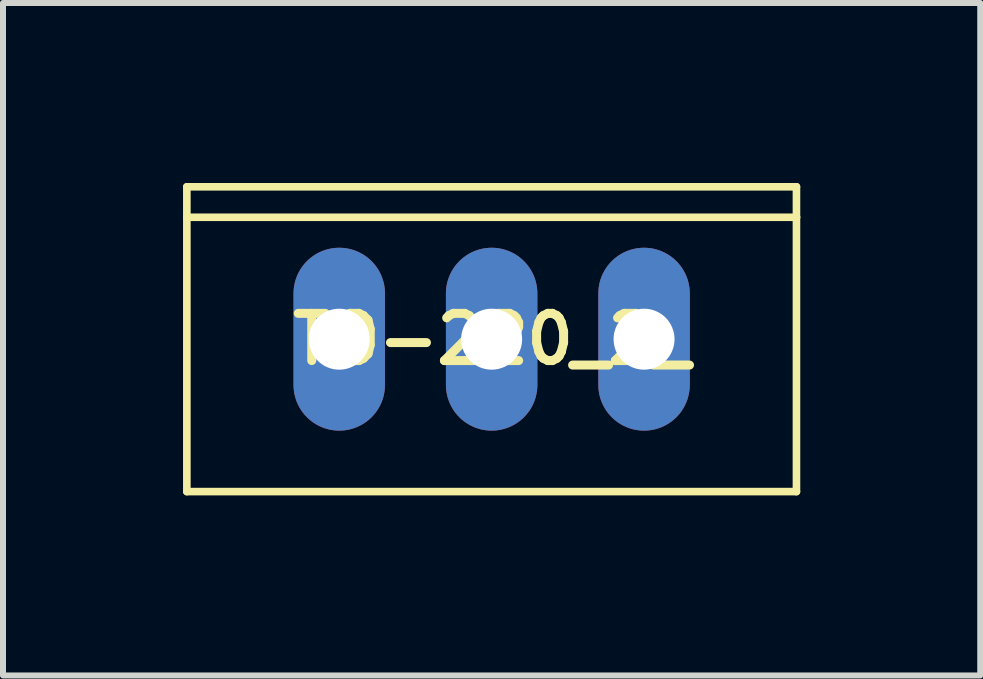
<source format=kicad_pcb>
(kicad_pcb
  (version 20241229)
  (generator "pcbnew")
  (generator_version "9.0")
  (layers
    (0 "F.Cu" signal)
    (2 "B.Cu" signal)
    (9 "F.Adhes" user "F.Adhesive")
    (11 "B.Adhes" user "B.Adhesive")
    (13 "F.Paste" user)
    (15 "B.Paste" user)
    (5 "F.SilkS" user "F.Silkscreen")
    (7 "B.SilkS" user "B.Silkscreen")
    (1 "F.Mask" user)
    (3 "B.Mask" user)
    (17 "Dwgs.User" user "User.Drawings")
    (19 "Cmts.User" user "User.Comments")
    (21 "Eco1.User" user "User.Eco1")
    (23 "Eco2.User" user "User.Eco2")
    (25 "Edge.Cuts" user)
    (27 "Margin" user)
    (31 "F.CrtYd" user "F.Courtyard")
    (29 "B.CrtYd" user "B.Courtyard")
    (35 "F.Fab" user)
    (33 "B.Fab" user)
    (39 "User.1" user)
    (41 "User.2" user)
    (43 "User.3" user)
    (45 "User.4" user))
  (footprint "TO-220_2_"
    (layer "F.Cu")
    (at 5.144 2.603)
    (property "Reference" "TO-220_2_" (at 0 0 0) (layer "F.SilkS") (effects (font (size 0.787 0.787) (thickness 0.15))))
    (attr through_hole)
    (fp_line (start -5.08 -2.54) (end 5.08 -2.54) (stroke (width 0.127) (type solid)) (layer "F.SilkS"))
    (fp_line (start -5.08 -2.032) (end -5.08 -2.54) (stroke (width 0.127) (type solid)) (layer "F.SilkS"))
    (fp_line (start -5.08 -2.032) (end 5.08 -2.032) (stroke (width 0.127) (type solid)) (layer "F.SilkS"))
    (fp_line (start -5.08 2.54) (end -5.08 -2.032) (stroke (width 0.127) (type solid)) (layer "F.SilkS"))
    (fp_line (start 5.08 -2.54) (end 5.08 -2.032) (stroke (width 0.127) (type solid)) (layer "F.SilkS"))
    (fp_line (start 5.08 -2.032) (end 5.08 2.54) (stroke (width 0.127) (type solid)) (layer "F.SilkS"))
    (fp_line (start 5.08 2.54) (end -5.08 2.54) (stroke (width 0.127) (type solid)) (layer "F.SilkS"))
    (pad "GND" thru_hole oval (at 0 0) (size 1.524 3.048) (drill 1.016) (layers "*.Cu" "*.Mask"))
    (pad "IN" thru_hole oval (at -2.54 0) (size 1.524 3.048) (drill 1.016) (layers "*.Cu" "*.Mask"))
    (pad "OUT" thru_hole oval (at 2.54 0) (size 1.524 3.048) (drill 1.016) (layers "*.Cu" "*.Mask")))
  (gr_rect
    (start -3 -3)
    (end 13.287 8.207)
    (stroke (width 0.1) (type default))
    (fill no)
    (layer "Edge.Cuts")))
</source>
